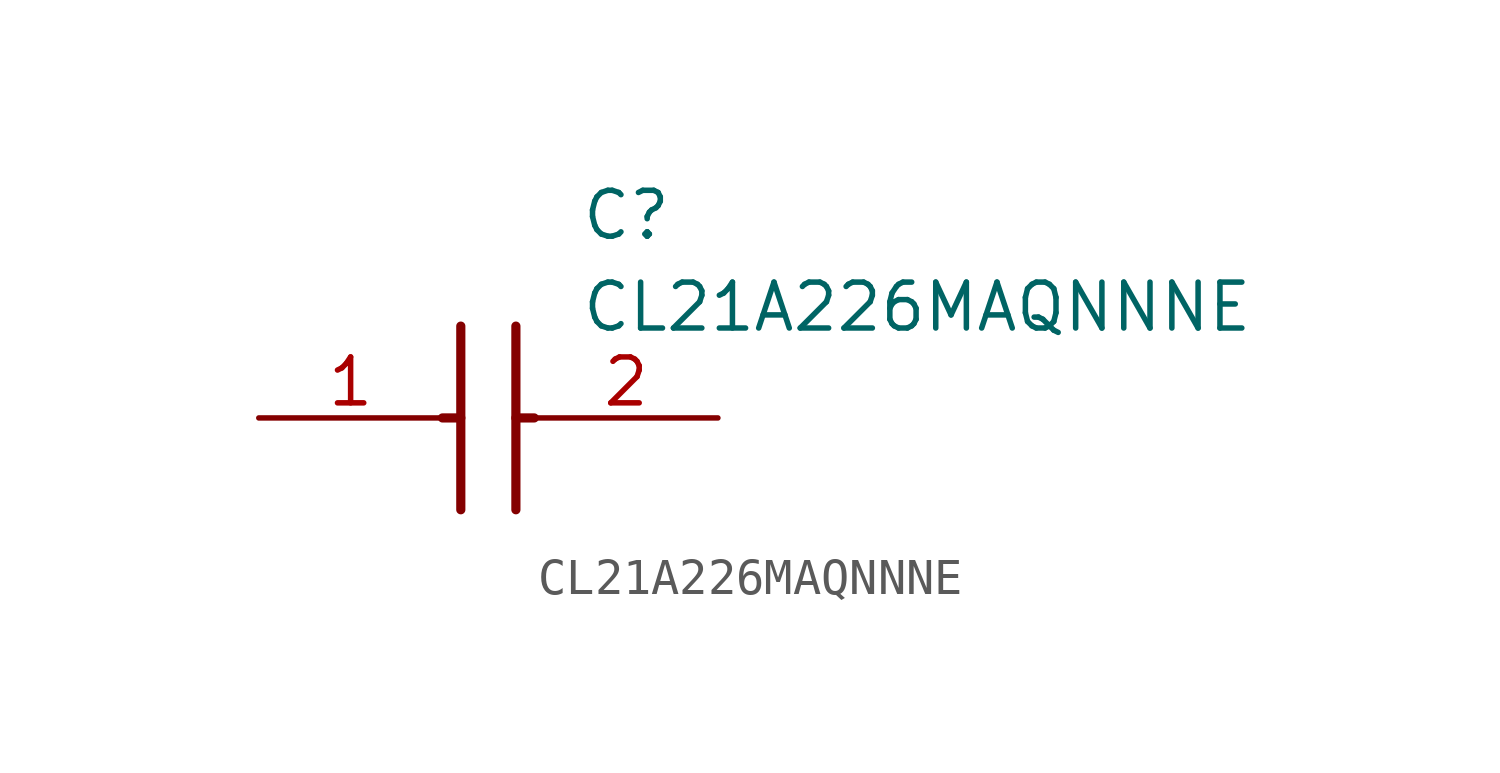
<source format=kicad_sym>
(kicad_symbol_lib
  (version 20211014)
  (generator SamacSys_ECAD_Model)
  (symbol "CL21A226MAQNNNE"
    (pin_names hide)
    (property "Reference" "C"
      (at 8.89 6.35 0)
      (effects (font (size 1.27 1.27)) (justify left top)))
    (property "Value" "CL21A226MAQNNNE"
      (at 8.89 3.81 0)
      (effects (font (size 1.27 1.27)) (justify left top)))
    (polyline
      (pts (xy 5.588 2.54) (xy 5.588 -2.54))
      (stroke (width 0.254) (type default))
      (fill (type none)))
    (polyline
      (pts (xy 7.112 2.54) (xy 7.112 -2.54))
      (stroke (width 0.254) (type default))
      (fill (type none)))
    (polyline
      (pts (xy 5.08 0) (xy 5.588 0))
      (stroke (width 0.254) (type default))
      (fill (type none)))
    (polyline
      (pts (xy 7.112 0) (xy 7.62 0))
      (stroke (width 0.254) (type default))
      (fill (type none)))
    (pin passive line
      (at 0 0 0)
      (length 5.08)
      (name "1" (effects (font (size 1.27 1.27))))
      (number "1" (effects (font (size 1.27 1.27)))))
    (pin passive line
      (at 12.7 0 180)
      (length 5.08)
      (name "2" (effects (font (size 1.27 1.27))))
      (number "2" (effects (font (size 1.27 1.27)))))))
</source>
